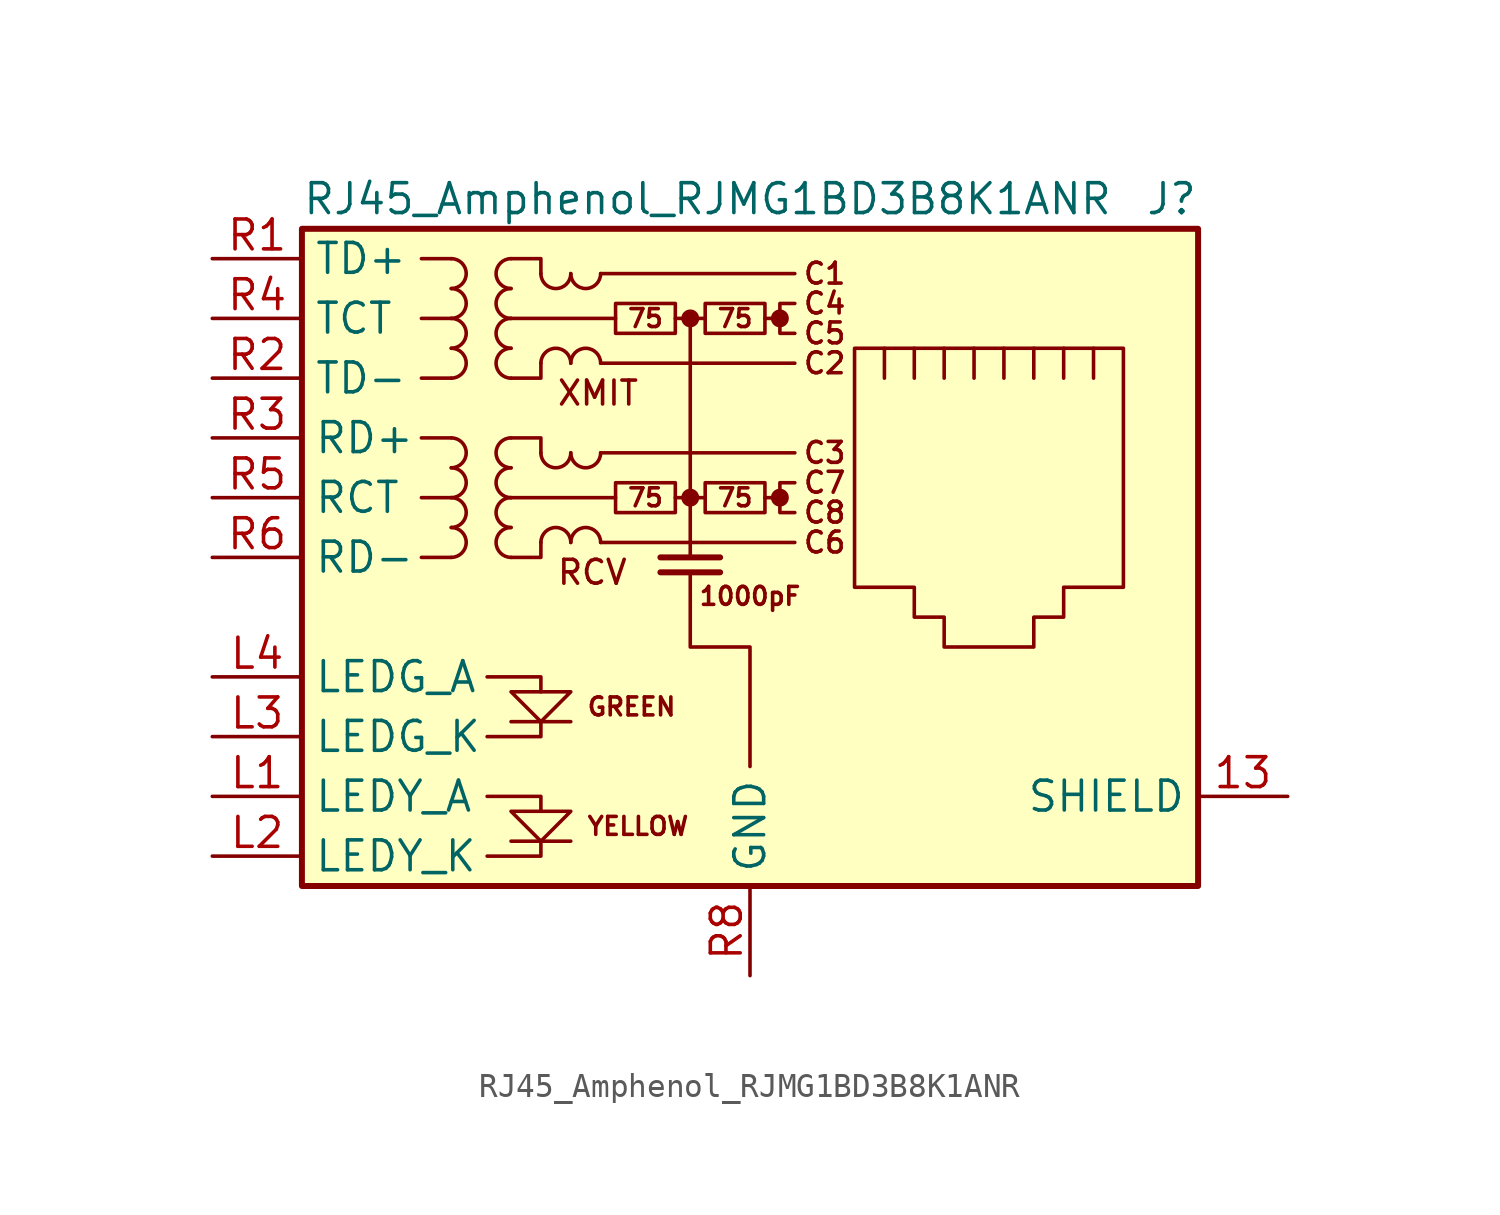
<source format=kicad_sym>
(kicad_symbol_lib
  (version 20200908)
  (generator kicad_symbol_editor)
  (symbol "Connector:RJ45_Amphenol_RJMG1BD3B8K1ANR"
    (property "Reference" "J"
      (at 19.05 15.24 0)
      (effects (font (size 1.27 1.27)) (justify right)))
    (property "Value" "RJ45_Amphenol_RJMG1BD3B8K1ANR"
      (at -19.05 15.24 0)
      (effects (font (size 1.27 1.27)) (justify left)))
    (symbol "RJ45_Amphenol_RJMG1BD3B8K1ANR_0_1"
      (arc (start -12.7 0) (end -12.7 1.27) (radius (at -12.7 0.635) (length 0.635) (angles -89.9 89.9)) (stroke (width 0)) (fill (type none)))
      (arc (start -12.7 1.27) (end -12.7 2.54) (radius (at -12.7 1.905) (length 0.635) (angles -89.9 89.9)) (stroke (width 0)) (fill (type none)))
      (arc (start -12.7 2.54) (end -12.7 3.81) (radius (at -12.7 3.175) (length 0.635) (angles -89.9 89.9)) (stroke (width 0)) (fill (type none)))
      (arc (start -12.7 3.81) (end -12.7 5.08) (radius (at -12.7 4.445) (length 0.635) (angles -89.9 89.9)) (stroke (width 0)) (fill (type none)))
      (arc (start -12.7 7.62) (end -12.7 8.89) (radius (at -12.7 8.255) (length 0.635) (angles -89.9 89.9)) (stroke (width 0)) (fill (type none)))
      (arc (start -12.7 8.89) (end -12.7 10.16) (radius (at -12.7 9.525) (length 0.635) (angles -89.9 89.9)) (stroke (width 0)) (fill (type none)))
      (arc (start -12.7 10.16) (end -12.7 11.43) (radius (at -12.7 10.795) (length 0.635) (angles -89.9 89.9)) (stroke (width 0)) (fill (type none)))
      (arc (start -12.7 11.43) (end -12.7 12.7) (radius (at -12.7 12.065) (length 0.635) (angles -89.9 89.9)) (stroke (width 0)) (fill (type none)))
      (arc (start -10.16 1.27) (end -10.16 0) (radius (at -10.16 0.635) (length 0.635) (angles 90.1 -90.1)) (stroke (width 0)) (fill (type none)))
      (arc (start -10.16 2.54) (end -10.16 1.27) (radius (at -10.16 1.905) (length 0.635) (angles 90.1 -90.1)) (stroke (width 0)) (fill (type none)))
      (arc (start -10.16 3.81) (end -10.16 2.54) (radius (at -10.16 3.175) (length 0.635) (angles 90.1 -90.1)) (stroke (width 0)) (fill (type none)))
      (arc (start -10.16 5.08) (end -10.16 3.81) (radius (at -10.16 4.445) (length 0.635) (angles 90.1 -90.1)) (stroke (width 0)) (fill (type none)))
      (arc (start -10.16 8.89) (end -10.16 7.62) (radius (at -10.16 8.255) (length 0.635) (angles 90.1 -90.1)) (stroke (width 0)) (fill (type none)))
      (arc (start -10.16 10.16) (end -10.16 8.89) (radius (at -10.16 9.525) (length 0.635) (angles 90.1 -90.1)) (stroke (width 0)) (fill (type none)))
      (arc (start -10.16 11.43) (end -10.16 10.16) (radius (at -10.16 10.795) (length 0.635) (angles 90.1 -90.1)) (stroke (width 0)) (fill (type none)))
      (arc (start -10.16 12.7) (end -10.16 11.43) (radius (at -10.16 12.065) (length 0.635) (angles 90.1 -90.1)) (stroke (width 0)) (fill (type none)))
      (arc (start -7.62 0.635) (end -8.89 0.635) (radius (at -8.255 0.635) (length 0.635) (angles 0.1 179.9)) (stroke (width 0)) (fill (type none)))
      (arc (start -8.89 4.445) (end -7.62 4.445) (radius (at -8.255 4.445) (length 0.635) (angles -179.9 -0.1)) (stroke (width 0)) (fill (type none)))
      (arc (start -7.62 8.255) (end -8.89 8.255) (radius (at -8.255 8.255) (length 0.635) (angles 0.1 179.9)) (stroke (width 0)) (fill (type none)))
      (arc (start -8.89 12.065) (end -7.62 12.065) (radius (at -8.255 12.065) (length 0.635) (angles -179.9 -0.1)) (stroke (width 0)) (fill (type none)))
      (arc (start -6.35 0.635) (end -7.62 0.635) (radius (at -6.985 0.635) (length 0.635) (angles 0.1 179.9)) (stroke (width 0)) (fill (type none)))
      (arc (start -7.62 4.445) (end -6.35 4.445) (radius (at -6.985 4.445) (length 0.635) (angles -179.9 -0.1)) (stroke (width 0)) (fill (type none)))
      (arc (start -6.35 8.255) (end -7.62 8.255) (radius (at -6.985 8.255) (length 0.635) (angles 0.1 179.9)) (stroke (width 0)) (fill (type none)))
      (arc (start -7.62 12.065) (end -6.35 12.065) (radius (at -6.985 12.065) (length 0.635) (angles -179.9 -0.1)) (stroke (width 0)) (fill (type none)))
      (rectangle (start -19.05 -13.97) (end 19.05 13.97) (stroke (width 0.254)) (fill (type background)))
      (rectangle (start -5.715 3.175) (end -3.175 1.905) (stroke (width 0)) (fill (type none)))
      (rectangle (start -5.715 10.795) (end -3.175 9.525) (stroke (width 0)) (fill (type none)))
      (rectangle (start -1.905 3.175) (end 0.635 1.905) (stroke (width 0)) (fill (type none)))
      (rectangle (start -1.905 10.795) (end 0.635 9.525) (stroke (width 0)) (fill (type none)))
      (polyline (pts (xy -12.7 0) (xy -13.97 0)) (stroke (width 0)) (fill (type none)))
      (polyline (pts (xy -12.7 2.54) (xy -13.97 2.54)) (stroke (width 0)) (fill (type none)))
      (polyline (pts (xy -12.7 5.08) (xy -13.97 5.08)) (stroke (width 0)) (fill (type none)))
      (polyline (pts (xy -12.7 7.62) (xy -13.97 7.62)) (stroke (width 0)) (fill (type none)))
      (polyline (pts (xy -12.7 10.16) (xy -13.97 10.16)) (stroke (width 0)) (fill (type none)))
      (polyline (pts (xy -12.7 12.7) (xy -13.97 12.7)) (stroke (width 0)) (fill (type none)))
      (polyline (pts (xy -6.35 0.635) (xy 1.905 0.635)) (stroke (width 0)) (fill (type none)))
      (polyline (pts (xy -6.35 4.445) (xy 1.905 4.445)) (stroke (width 0)) (fill (type none)))
      (polyline (pts (xy -6.35 8.255) (xy 1.905 8.255)) (stroke (width 0)) (fill (type none)))
      (polyline (pts (xy -6.35 12.065) (xy 1.905 12.065)) (stroke (width 0)) (fill (type none)))
      (polyline (pts (xy -5.715 2.54) (xy -10.16 2.54)) (stroke (width 0)) (fill (type none)))
      (polyline (pts (xy -5.715 10.16) (xy -10.16 10.16)) (stroke (width 0)) (fill (type none)))
      (polyline (pts (xy -3.175 2.54) (xy -1.905 2.54)) (stroke (width 0)) (fill (type none)))
      (polyline (pts (xy -3.175 10.16) (xy -1.905 10.16)) (stroke (width 0)) (fill (type none)))
      (polyline (pts (xy 5.715 7.62) (xy 5.715 8.89)) (stroke (width 0)) (fill (type none)))
      (polyline (pts (xy 6.985 8.89) (xy 6.985 7.62)) (stroke (width 0)) (fill (type none)))
      (polyline (pts (xy 8.255 8.89) (xy 8.255 7.62)) (stroke (width 0)) (fill (type none)))
      (polyline (pts (xy 9.525 8.89) (xy 9.525 7.62)) (stroke (width 0)) (fill (type none)))
      (polyline (pts (xy 10.795 8.89) (xy 10.795 7.62)) (stroke (width 0)) (fill (type none)))
      (polyline (pts (xy 12.065 8.89) (xy 12.065 7.62)) (stroke (width 0)) (fill (type none)))
      (polyline (pts (xy 13.335 7.62) (xy 13.335 8.89)) (stroke (width 0)) (fill (type none)))
      (polyline (pts (xy 14.605 7.62) (xy 14.605 8.89)) (stroke (width 0)) (fill (type none)))
      (polyline (pts (xy -10.16 5.08) (xy -8.89 5.08) (xy -8.89 4.445)) (stroke (width 0)) (fill (type none)))
      (polyline (pts (xy -10.16 12.7) (xy -8.89 12.7) (xy -8.89 12.065)) (stroke (width 0)) (fill (type none)))
      (polyline (pts (xy -8.89 0.635) (xy -8.89 0) (xy -10.16 0)) (stroke (width 0)) (fill (type none)))
      (polyline (pts (xy -8.89 8.255) (xy -8.89 7.62) (xy -10.16 7.62)) (stroke (width 0)) (fill (type none)))
      (polyline (pts (xy 4.445 8.89) (xy 15.875 8.89) (xy 15.875 -1.27) (xy 13.335 -1.27) (xy 13.335 -2.54) (xy 12.065 -2.54) (xy 12.065 -3.81) (xy 8.255 -3.81) (xy 8.255 -2.54) (xy 6.985 -2.54) (xy 6.985 -1.27) (xy 4.445 -1.27) (xy 4.445 8.89)) (stroke (width 0)) (fill (type none))))
    (symbol "RJ45_Amphenol_RJMG1BD3B8K1ANR_0_0"
      (circle (center -2.54 2.54) (radius 0.254) (stroke (width 0.254)) (fill (type outline)))
      (circle (center -2.54 10.16) (radius 0.254) (stroke (width 0.254)) (fill (type outline)))
      (circle (center 1.27 2.54) (radius 0.254) (stroke (width 0.254)) (fill (type outline)))
      (circle (center 1.27 10.16) (radius 0.254) (stroke (width 0.254)) (fill (type outline)))
      (text "1000pF" (at 0 -1.651 0) (effects (font (size 0.762 0.762))))
      (text "75" (at -4.445 2.54 0) (effects (font (size 0.762 0.762))))
      (text "75" (at -4.445 10.16 0) (effects (font (size 0.762 0.762))))
      (text "75" (at -0.635 2.54 0) (effects (font (size 0.762 0.762))))
      (text "75" (at -0.635 10.16 0) (effects (font (size 0.762 0.762))))
      (text "C1" (at 3.175 12.065 0) (effects (font (size 0.889 0.889))))
      (text "C2" (at 3.175 8.255 0) (effects (font (size 0.889 0.889))))
      (text "C3" (at 3.175 4.445 0) (effects (font (size 0.889 0.889))))
      (text "C4" (at 3.175 10.795 0) (effects (font (size 0.889 0.889))))
      (text "C5" (at 3.175 9.525 0) (effects (font (size 0.889 0.889))))
      (text "C6" (at 3.175 0.635 0) (effects (font (size 0.889 0.889))))
      (text "C7" (at 3.175 3.175 0) (effects (font (size 0.889 0.889))))
      (text "C8" (at 3.175 1.905 0) (effects (font (size 0.889 0.889))))
      (text "GREEN" (at -6.985 -6.35 0) (effects (font (size 0.762 0.762)) (justify left)))
      (text "RCV" (at -8.255 -0.635 0) (effects (font (size 1.016 1.016)) (justify left)))
      (text "XMIT" (at -8.255 6.985 0) (effects (font (size 1.016 1.016)) (justify left)))
      (text "YELLOW" (at -6.985 -11.43 0) (effects (font (size 0.762 0.762)) (justify left)))
      (polyline (pts (xy -7.62 -12.065) (xy -10.16 -12.065)) (stroke (width 0)) (fill (type none)))
      (polyline (pts (xy -7.62 -6.985) (xy -10.16 -6.985)) (stroke (width 0)) (fill (type none)))
      (polyline (pts (xy -2.54 10.16) (xy -2.54 0)) (stroke (width 0)) (fill (type none)))
      (polyline (pts (xy -1.27 -0.635) (xy -3.81 -0.635)) (stroke (width 0.254)) (fill (type none)))
      (polyline (pts (xy -1.27 0) (xy -3.81 0)) (stroke (width 0.254)) (fill (type none)))
      (polyline (pts (xy 1.27 2.54) (xy 0.635 2.54)) (stroke (width 0)) (fill (type none)))
      (polyline (pts (xy 1.27 10.16) (xy 0.635 10.16)) (stroke (width 0)) (fill (type none)))
      (polyline (pts (xy -11.176 -12.7) (xy -8.89 -12.7) (xy -8.89 -12.065)) (stroke (width 0)) (fill (type none)))
      (polyline (pts (xy -11.176 -10.16) (xy -8.89 -10.16) (xy -8.89 -10.795)) (stroke (width 0)) (fill (type none)))
      (polyline (pts (xy -11.176 -5.08) (xy -8.89 -5.08) (xy -8.89 -5.715)) (stroke (width 0)) (fill (type none)))
      (polyline (pts (xy -8.89 -6.985) (xy -8.89 -7.62) (xy -11.176 -7.62)) (stroke (width 0)) (fill (type none)))
      (polyline (pts (xy -10.16 -5.715) (xy -7.62 -5.715) (xy -8.89 -6.985) (xy -10.16 -5.715)) (stroke (width 0)) (fill (type none)))
      (polyline (pts (xy -7.62 -10.795) (xy -10.16 -10.795) (xy -8.89 -12.065) (xy -7.62 -10.795)) (stroke (width 0)) (fill (type none)))
      (polyline (pts (xy -2.54 -0.635) (xy -2.54 -3.81) (xy 0 -3.81) (xy 0 -8.89)) (stroke (width 0)) (fill (type none)))
      (polyline (pts (xy 1.905 3.175) (xy 1.27 3.175) (xy 1.27 1.905) (xy 1.905 1.905)) (stroke (width 0)) (fill (type none)))
      (polyline (pts (xy 1.905 10.795) (xy 1.27 10.795) (xy 1.27 9.525) (xy 1.905 9.525)) (stroke (width 0)) (fill (type none))))
    (symbol "RJ45_Amphenol_RJMG1BD3B8K1ANR_1_1"
      (pin passive line (at 22.86 -10.16 180) (length 3.81) (name "SHIELD" (effects (font (size 1.27 1.27)))) (number "13" (effects (font (size 1.27 1.27)))))
      (pin passive line (at -22.86 -10.16 0) (length 3.81) (name "LEDY_A" (effects (font (size 1.27 1.27)))) (number "L1" (effects (font (size 1.27 1.27)))))
      (pin passive line (at -22.86 -12.7 0) (length 3.81) (name "LEDY_K" (effects (font (size 1.27 1.27)))) (number "L2" (effects (font (size 1.27 1.27)))))
      (pin passive line (at -22.86 -7.62 0) (length 3.81) (name "LEDG_K" (effects (font (size 1.27 1.27)))) (number "L3" (effects (font (size 1.27 1.27)))))
      (pin passive line (at -22.86 -5.08 0) (length 3.81) (name "LEDG_A" (effects (font (size 1.27 1.27)))) (number "L4" (effects (font (size 1.27 1.27)))))
      (pin passive line (at -22.86 12.7 0) (length 3.81) (name "TD+" (effects (font (size 1.27 1.27)))) (number "R1" (effects (font (size 1.27 1.27)))))
      (pin passive line (at -22.86 7.62 0) (length 3.81) (name "TD-" (effects (font (size 1.27 1.27)))) (number "R2" (effects (font (size 1.27 1.27)))))
      (pin passive line (at -22.86 5.08 0) (length 3.81) (name "RD+" (effects (font (size 1.27 1.27)))) (number "R3" (effects (font (size 1.27 1.27)))))
      (pin passive line (at -22.86 10.16 0) (length 3.81) (name "TCT" (effects (font (size 1.27 1.27)))) (number "R4" (effects (font (size 1.27 1.27)))))
      (pin passive line (at -22.86 2.54 0) (length 3.81) (name "RCT" (effects (font (size 1.27 1.27)))) (number "R5" (effects (font (size 1.27 1.27)))))
      (pin passive line (at -22.86 0 0) (length 3.81) (name "RD-" (effects (font (size 1.27 1.27)))) (number "R6" (effects (font (size 1.27 1.27)))))
      (pin unconnected line (at 5.08 -5.08 0) (length 0) hide (name "NC" (effects (font (size 1.27 1.27)))) (number "R7" (effects (font (size 1.27 1.27)))))
      (pin power_in line (at 0 -17.78 90) (length 3.81) (name "GND" (effects (font (size 1.27 1.27)))) (number "R8" (effects (font (size 1.27 1.27))))))))
</source>
